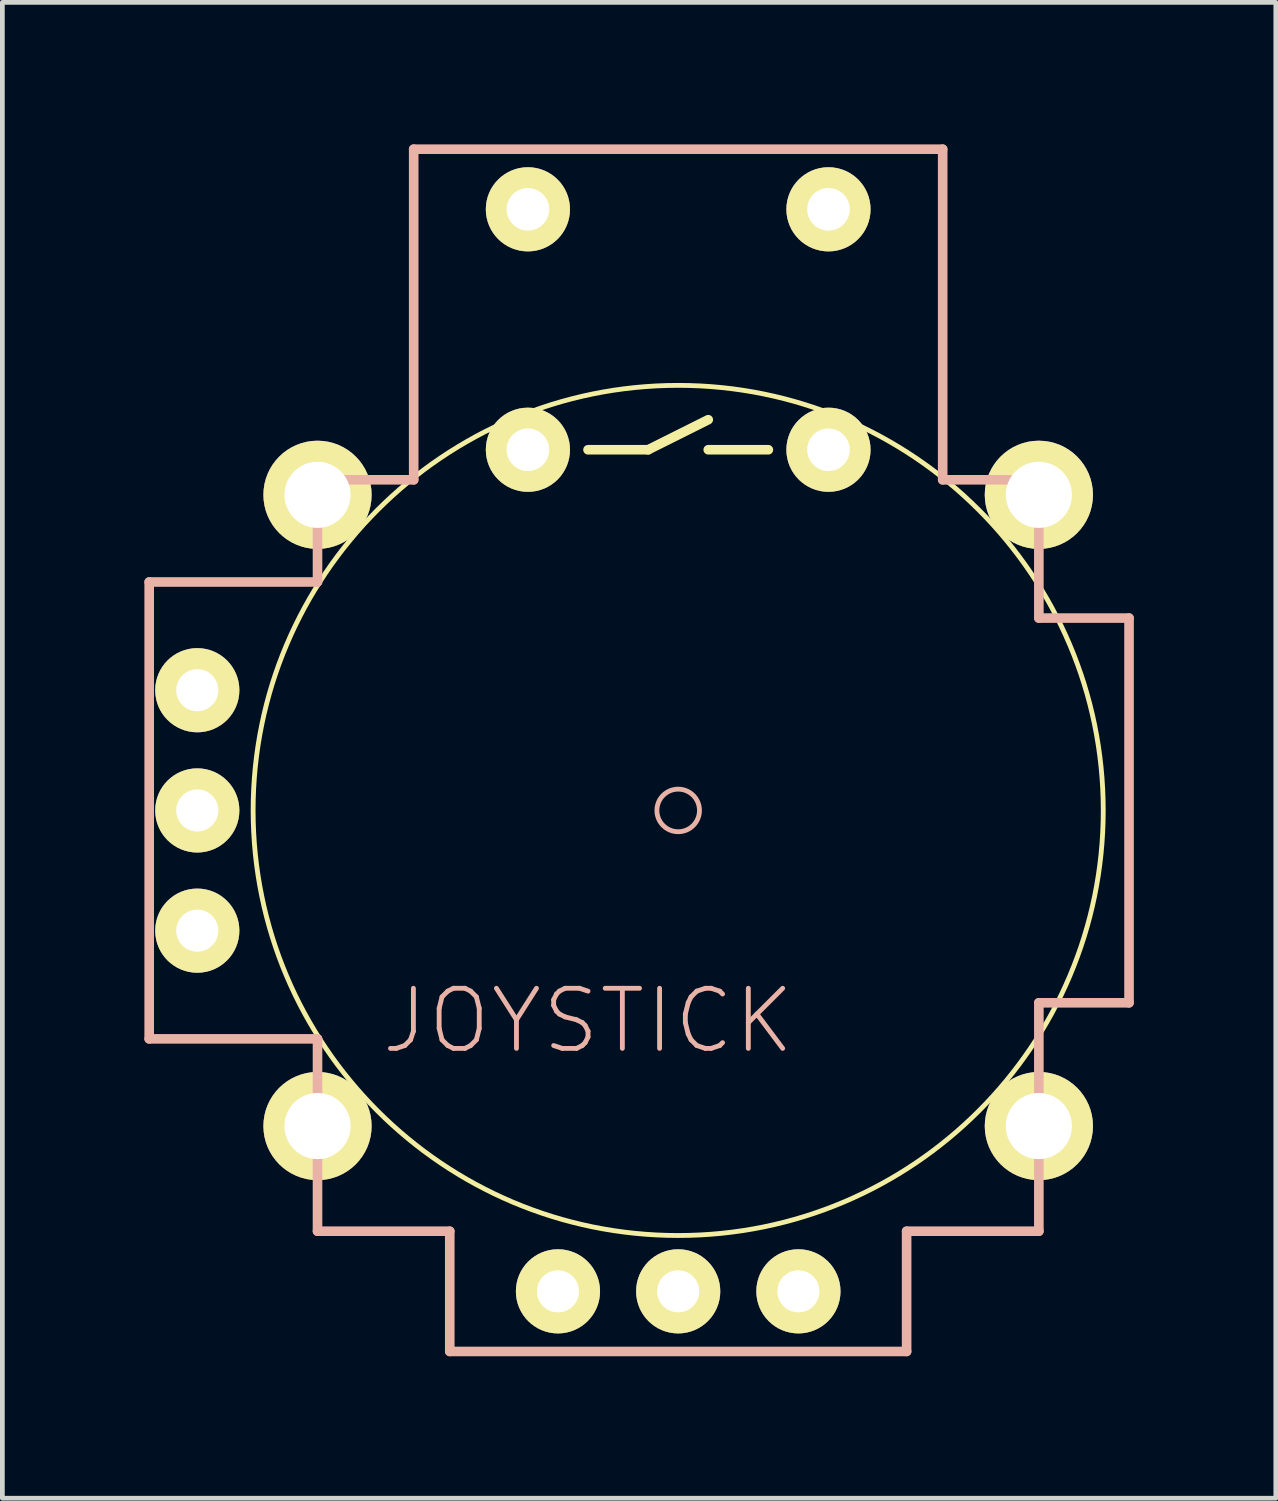
<source format=kicad_pcb>
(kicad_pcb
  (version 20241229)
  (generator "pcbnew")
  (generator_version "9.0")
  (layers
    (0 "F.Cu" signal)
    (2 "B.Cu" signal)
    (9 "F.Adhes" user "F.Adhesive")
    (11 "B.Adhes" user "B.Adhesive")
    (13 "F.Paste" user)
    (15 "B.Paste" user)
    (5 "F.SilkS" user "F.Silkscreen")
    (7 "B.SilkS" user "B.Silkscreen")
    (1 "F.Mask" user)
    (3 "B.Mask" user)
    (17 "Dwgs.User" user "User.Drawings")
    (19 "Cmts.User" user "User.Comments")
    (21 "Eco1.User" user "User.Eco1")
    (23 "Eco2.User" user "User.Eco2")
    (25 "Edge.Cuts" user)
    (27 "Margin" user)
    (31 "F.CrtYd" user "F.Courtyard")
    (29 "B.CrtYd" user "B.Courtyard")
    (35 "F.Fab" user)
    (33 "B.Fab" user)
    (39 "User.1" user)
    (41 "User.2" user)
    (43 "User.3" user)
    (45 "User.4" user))
  (footprint "JOYSTICK"
    (layer "F.Cu")
    (at 11.278 14.072)
    (property "Reference" "JOYSTICK" (at -1.905 4.445 0) (layer "B.SilkS") (effects (font (size 1.27 1.27) (thickness 0.102))))
    (attr exclude_from_pos_files exclude_from_bom)
    (fp_line (start -1.905 -7.62) (end -0.635 -7.62) (stroke (width 0.203) (type solid)) (layer "F.SilkS"))
    (fp_line (start -0.635 -7.62) (end 0.635 -8.255) (stroke (width 0.203) (type solid)) (layer "F.SilkS"))
    (fp_line (start 0.635 -7.62) (end 1.905 -7.62) (stroke (width 0.203) (type solid)) (layer "F.SilkS"))
    (fp_circle (center 0 0) (end -6.35 6.35) (stroke (width 0.102) (type solid)) (fill no) (layer "F.SilkS"))
    (fp_line (start -11.176 -4.826) (end -11.176 4.826) (stroke (width 0.203) (type solid)) (layer "B.SilkS"))
    (fp_line (start -7.62 -4.826) (end -11.176 -4.826) (stroke (width 0.203) (type solid)) (layer "B.SilkS"))
    (fp_line (start -7.62 -4.826) (end -7.62 -6.985) (stroke (width 0.203) (type solid)) (layer "B.SilkS"))
    (fp_line (start -7.62 4.826) (end -11.176 4.826) (stroke (width 0.203) (type solid)) (layer "B.SilkS"))
    (fp_line (start -7.62 4.826) (end -7.62 8.89) (stroke (width 0.203) (type solid)) (layer "B.SilkS"))
    (fp_line (start -5.588 -13.97) (end -5.588 -6.985) (stroke (width 0.203) (type solid)) (layer "B.SilkS"))
    (fp_line (start -5.588 -6.985) (end -7.62 -6.985) (stroke (width 0.203) (type solid)) (layer "B.SilkS"))
    (fp_line (start -4.826 8.89) (end -7.62 8.89) (stroke (width 0.203) (type solid)) (layer "B.SilkS"))
    (fp_line (start -4.826 11.43) (end -4.826 8.89) (stroke (width 0.203) (type solid)) (layer "B.SilkS"))
    (fp_line (start 4.826 8.89) (end 7.62 8.89) (stroke (width 0.203) (type solid)) (layer "B.SilkS"))
    (fp_line (start 4.826 11.43) (end -4.826 11.43) (stroke (width 0.203) (type solid)) (layer "B.SilkS"))
    (fp_line (start 4.826 11.43) (end 4.826 8.89) (stroke (width 0.203) (type solid)) (layer "B.SilkS"))
    (fp_line (start 5.588 -13.97) (end -5.588 -13.97) (stroke (width 0.203) (type solid)) (layer "B.SilkS"))
    (fp_line (start 5.588 -13.97) (end 5.588 -6.985) (stroke (width 0.203) (type solid)) (layer "B.SilkS"))
    (fp_line (start 7.62 -6.985) (end 5.588 -6.985) (stroke (width 0.203) (type solid)) (layer "B.SilkS"))
    (fp_line (start 7.62 -4.064) (end 7.62 -6.985) (stroke (width 0.203) (type solid)) (layer "B.SilkS"))
    (fp_line (start 7.62 -4.064) (end 9.525 -4.064) (stroke (width 0.203) (type solid)) (layer "B.SilkS"))
    (fp_line (start 7.62 4.064) (end 7.62 8.89) (stroke (width 0.203) (type solid)) (layer "B.SilkS"))
    (fp_line (start 7.62 4.064) (end 9.525 4.064) (stroke (width 0.203) (type solid)) (layer "B.SilkS"))
    (fp_line (start 9.525 -4.064) (end 9.525 4.064) (stroke (width 0.203) (type solid)) (layer "B.SilkS"))
    (fp_circle (center 0 0) (end -0.318 0.318) (stroke (width 0.102) (type solid)) (fill no) (layer "B.SilkS"))
    (pad "B1A" thru_hole circle (at -3.175 -12.7) (size 1.778 1.778) (drill 0.899) (layers "*.Cu" "F.Mask" "F.SilkS" "F.Paste"))
    (pad "B1B" thru_hole circle (at 3.175 -12.7) (size 1.778 1.778) (drill 0.899) (layers "*.Cu" "F.Mask" "F.SilkS" "F.Paste"))
    (pad "B2A" thru_hole circle (at -3.175 -7.62) (size 1.778 1.778) (drill 0.899) (layers "*.Cu" "F.Mask" "F.SilkS" "F.Paste"))
    (pad "B2B" thru_hole circle (at 3.175 -7.62) (size 1.778 1.778) (drill 0.899) (layers "*.Cu" "F.Mask" "F.SilkS" "F.Paste"))
    (pad "D2" thru_hole circle (at -10.16 0) (size 1.778 1.778) (drill 0.889) (layers "*.Cu" "F.Mask" "F.SilkS" "F.Paste"))
    (pad "D2" thru_hole circle (at 0 10.16) (size 1.778 1.778) (drill 0.889) (layers "*.Cu" "F.Mask" "F.SilkS" "F.Paste"))
    (pad "H1" thru_hole circle (at -2.54 10.16) (size 1.778 1.778) (drill 0.889) (layers "*.Cu" "F.Mask" "F.SilkS" "F.Paste"))
    (pad "H3" thru_hole circle (at 2.54 10.16) (size 1.778 1.778) (drill 0.889) (layers "*.Cu" "F.Mask" "F.SilkS" "F.Paste"))
    (pad "MOUN" thru_hole circle (at -7.62 -6.668) (size 2.286 2.286) (drill 1.397) (layers "*.Cu" "F.Mask" "F.SilkS" "F.Paste"))
    (pad "MOUN" thru_hole circle (at -7.62 6.668) (size 2.286 2.286) (drill 1.397) (layers "*.Cu" "F.Mask" "F.SilkS" "F.Paste"))
    (pad "MOUN" thru_hole circle (at 7.62 -6.668) (size 2.286 2.286) (drill 1.397) (layers "*.Cu" "F.Mask" "F.SilkS" "F.Paste"))
    (pad "MOUN" thru_hole circle (at 7.62 6.668) (size 2.286 2.286) (drill 1.397) (layers "*.Cu" "F.Mask" "F.SilkS" "F.Paste"))
    (pad "V1" thru_hole circle (at -10.16 -2.54) (size 1.778 1.778) (drill 0.889) (layers "*.Cu" "F.Mask" "F.SilkS" "F.Paste"))
    (pad "V3" thru_hole circle (at -10.16 2.54) (size 1.778 1.778) (drill 0.889) (layers "*.Cu" "F.Mask" "F.SilkS" "F.Paste")))
  (gr_rect
    (start -3 -3)
    (end 23.904 28.603)
    (stroke (width 0.1) (type default))
    (fill no)
    (layer "Edge.Cuts")))
</source>
